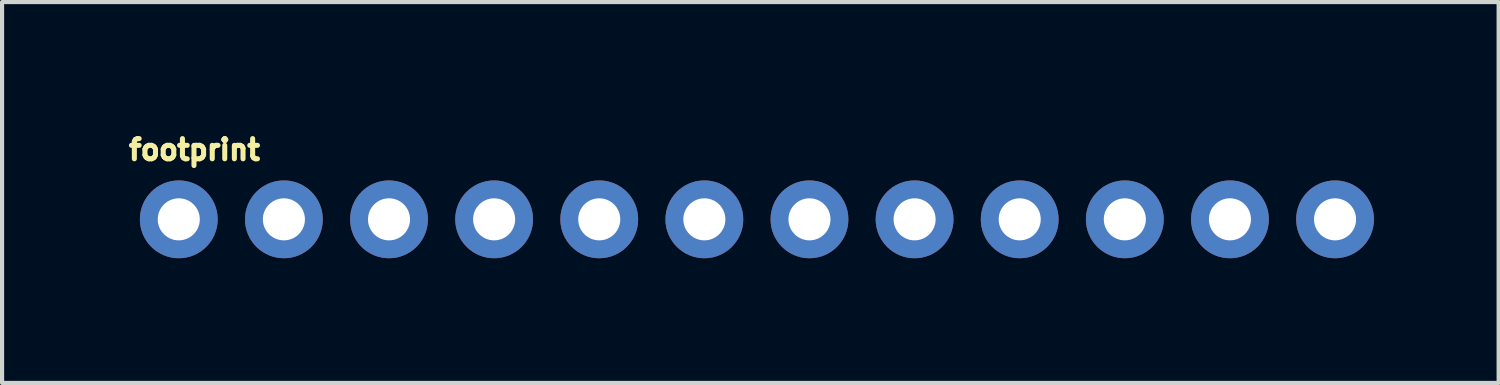
<source format=kicad_pcb>
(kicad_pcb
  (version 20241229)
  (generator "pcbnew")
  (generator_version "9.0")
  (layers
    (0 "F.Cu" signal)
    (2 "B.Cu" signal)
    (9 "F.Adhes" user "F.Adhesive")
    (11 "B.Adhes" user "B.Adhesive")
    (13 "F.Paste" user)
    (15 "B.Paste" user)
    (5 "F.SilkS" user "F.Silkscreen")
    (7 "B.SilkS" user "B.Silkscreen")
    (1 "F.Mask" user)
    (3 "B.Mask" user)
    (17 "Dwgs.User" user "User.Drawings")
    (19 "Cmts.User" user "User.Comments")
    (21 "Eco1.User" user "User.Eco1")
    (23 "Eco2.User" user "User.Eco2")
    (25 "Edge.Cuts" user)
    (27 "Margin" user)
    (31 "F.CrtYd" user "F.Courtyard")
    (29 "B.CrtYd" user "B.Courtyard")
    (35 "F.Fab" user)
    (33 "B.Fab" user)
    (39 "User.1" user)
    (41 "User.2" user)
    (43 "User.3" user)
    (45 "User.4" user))
  (footprint "footprint"
    (layer "F.Cu")
    (at 1.27 2.25)
    (property "Reference" "footprint" (at -1.27 -1.397 0) (layer "F.SilkS") (effects (font (size 0.488 0.488) (thickness 0.122)) (justify left bottom)))
    (fp_circle (center 0 0) (end 0.254 0) (stroke (width 0.508) (type solid)) (fill yes) (layer "F.Mask"))
    (fp_circle (center 2.54 0) (end 2.794 0) (stroke (width 0.508) (type solid)) (fill yes) (layer "F.Mask"))
    (fp_circle (center 5.08 0) (end 5.334 0) (stroke (width 0.508) (type solid)) (fill yes) (layer "F.Mask"))
    (fp_circle (center 7.62 0) (end 7.874 0) (stroke (width 0.508) (type solid)) (fill yes) (layer "F.Mask"))
    (fp_circle (center 10.16 0) (end 10.414 0) (stroke (width 0.508) (type solid)) (fill yes) (layer "F.Mask"))
    (fp_circle (center 12.7 0) (end 12.954 0) (stroke (width 0.508) (type solid)) (fill yes) (layer "F.Mask"))
    (fp_circle (center 15.24 0) (end 15.494 0) (stroke (width 0.508) (type solid)) (fill yes) (layer "F.Mask"))
    (fp_circle (center 17.78 0) (end 18.034 0) (stroke (width 0.508) (type solid)) (fill yes) (layer "F.Mask"))
    (fp_circle (center 20.32 0) (end 20.574 0) (stroke (width 0.508) (type solid)) (fill yes) (layer "F.Mask"))
    (fp_circle (center 22.86 0) (end 23.114 0) (stroke (width 0.508) (type solid)) (fill yes) (layer "F.Mask"))
    (fp_circle (center 25.4 0) (end 25.654 0) (stroke (width 0.508) (type solid)) (fill yes) (layer "F.Mask"))
    (fp_circle (center 27.94 0) (end 28.194 0) (stroke (width 0.508) (type solid)) (fill yes) (layer "F.Mask"))
    (fp_circle (center 0 0) (end 0.476 0) (stroke (width 0.953) (type solid)) (fill yes) (layer "B.Mask"))
    (fp_circle (center 2.54 0) (end 3.016 0) (stroke (width 0.953) (type solid)) (fill yes) (layer "B.Mask"))
    (fp_circle (center 5.08 0) (end 5.556 0) (stroke (width 0.953) (type solid)) (fill yes) (layer "B.Mask"))
    (fp_circle (center 7.62 0) (end 8.096 0) (stroke (width 0.953) (type solid)) (fill yes) (layer "B.Mask"))
    (fp_circle (center 10.16 0) (end 10.636 0) (stroke (width 0.953) (type solid)) (fill yes) (layer "B.Mask"))
    (fp_circle (center 12.7 0) (end 13.176 0) (stroke (width 0.953) (type solid)) (fill yes) (layer "B.Mask"))
    (fp_circle (center 15.24 0) (end 15.716 0) (stroke (width 0.953) (type solid)) (fill yes) (layer "B.Mask"))
    (fp_circle (center 17.78 0) (end 18.256 0) (stroke (width 0.953) (type solid)) (fill yes) (layer "B.Mask"))
    (fp_circle (center 20.32 0) (end 20.796 0) (stroke (width 0.953) (type solid)) (fill yes) (layer "B.Mask"))
    (fp_circle (center 22.86 0) (end 23.336 0) (stroke (width 0.953) (type solid)) (fill yes) (layer "B.Mask"))
    (fp_circle (center 25.4 0) (end 25.876 0) (stroke (width 0.953) (type solid)) (fill yes) (layer "B.Mask"))
    (fp_circle (center 27.94 0) (end 28.416 0) (stroke (width 0.953) (type solid)) (fill yes) (layer "B.Mask"))
    (pad "1" thru_hole circle (at 0 0 90) (size 1.88 1.88) (drill 1.016) (layers "*.Cu"))
    (pad "2" thru_hole circle (at 2.54 0 90) (size 1.88 1.88) (drill 1.016) (layers "*.Cu"))
    (pad "3" thru_hole circle (at 5.08 0 90) (size 1.88 1.88) (drill 1.016) (layers "*.Cu"))
    (pad "4" thru_hole circle (at 7.62 0 90) (size 1.88 1.88) (drill 1.016) (layers "*.Cu"))
    (pad "5" thru_hole circle (at 10.16 0 90) (size 1.88 1.88) (drill 1.016) (layers "*.Cu"))
    (pad "6" thru_hole circle (at 12.7 0 90) (size 1.88 1.88) (drill 1.016) (layers "*.Cu"))
    (pad "7" thru_hole circle (at 15.24 0 90) (size 1.88 1.88) (drill 1.016) (layers "*.Cu"))
    (pad "8" thru_hole circle (at 17.78 0 90) (size 1.88 1.88) (drill 1.016) (layers "*.Cu"))
    (pad "9" thru_hole circle (at 20.32 0 90) (size 1.88 1.88) (drill 1.016) (layers "*.Cu"))
    (pad "10" thru_hole circle (at 22.86 0 90) (size 1.88 1.88) (drill 1.016) (layers "*.Cu"))
    (pad "11" thru_hole circle (at 25.4 0 90) (size 1.88 1.88) (drill 1.016) (layers "*.Cu"))
    (pad "12" thru_hole circle (at 27.94 0 90) (size 1.88 1.88) (drill 1.016) (layers "*.Cu")))
  (gr_rect
    (start -3 -3)
    (end 33.163 6.203)
    (stroke (width 0.1) (type default))
    (fill no)
    (layer "Edge.Cuts")))
</source>
